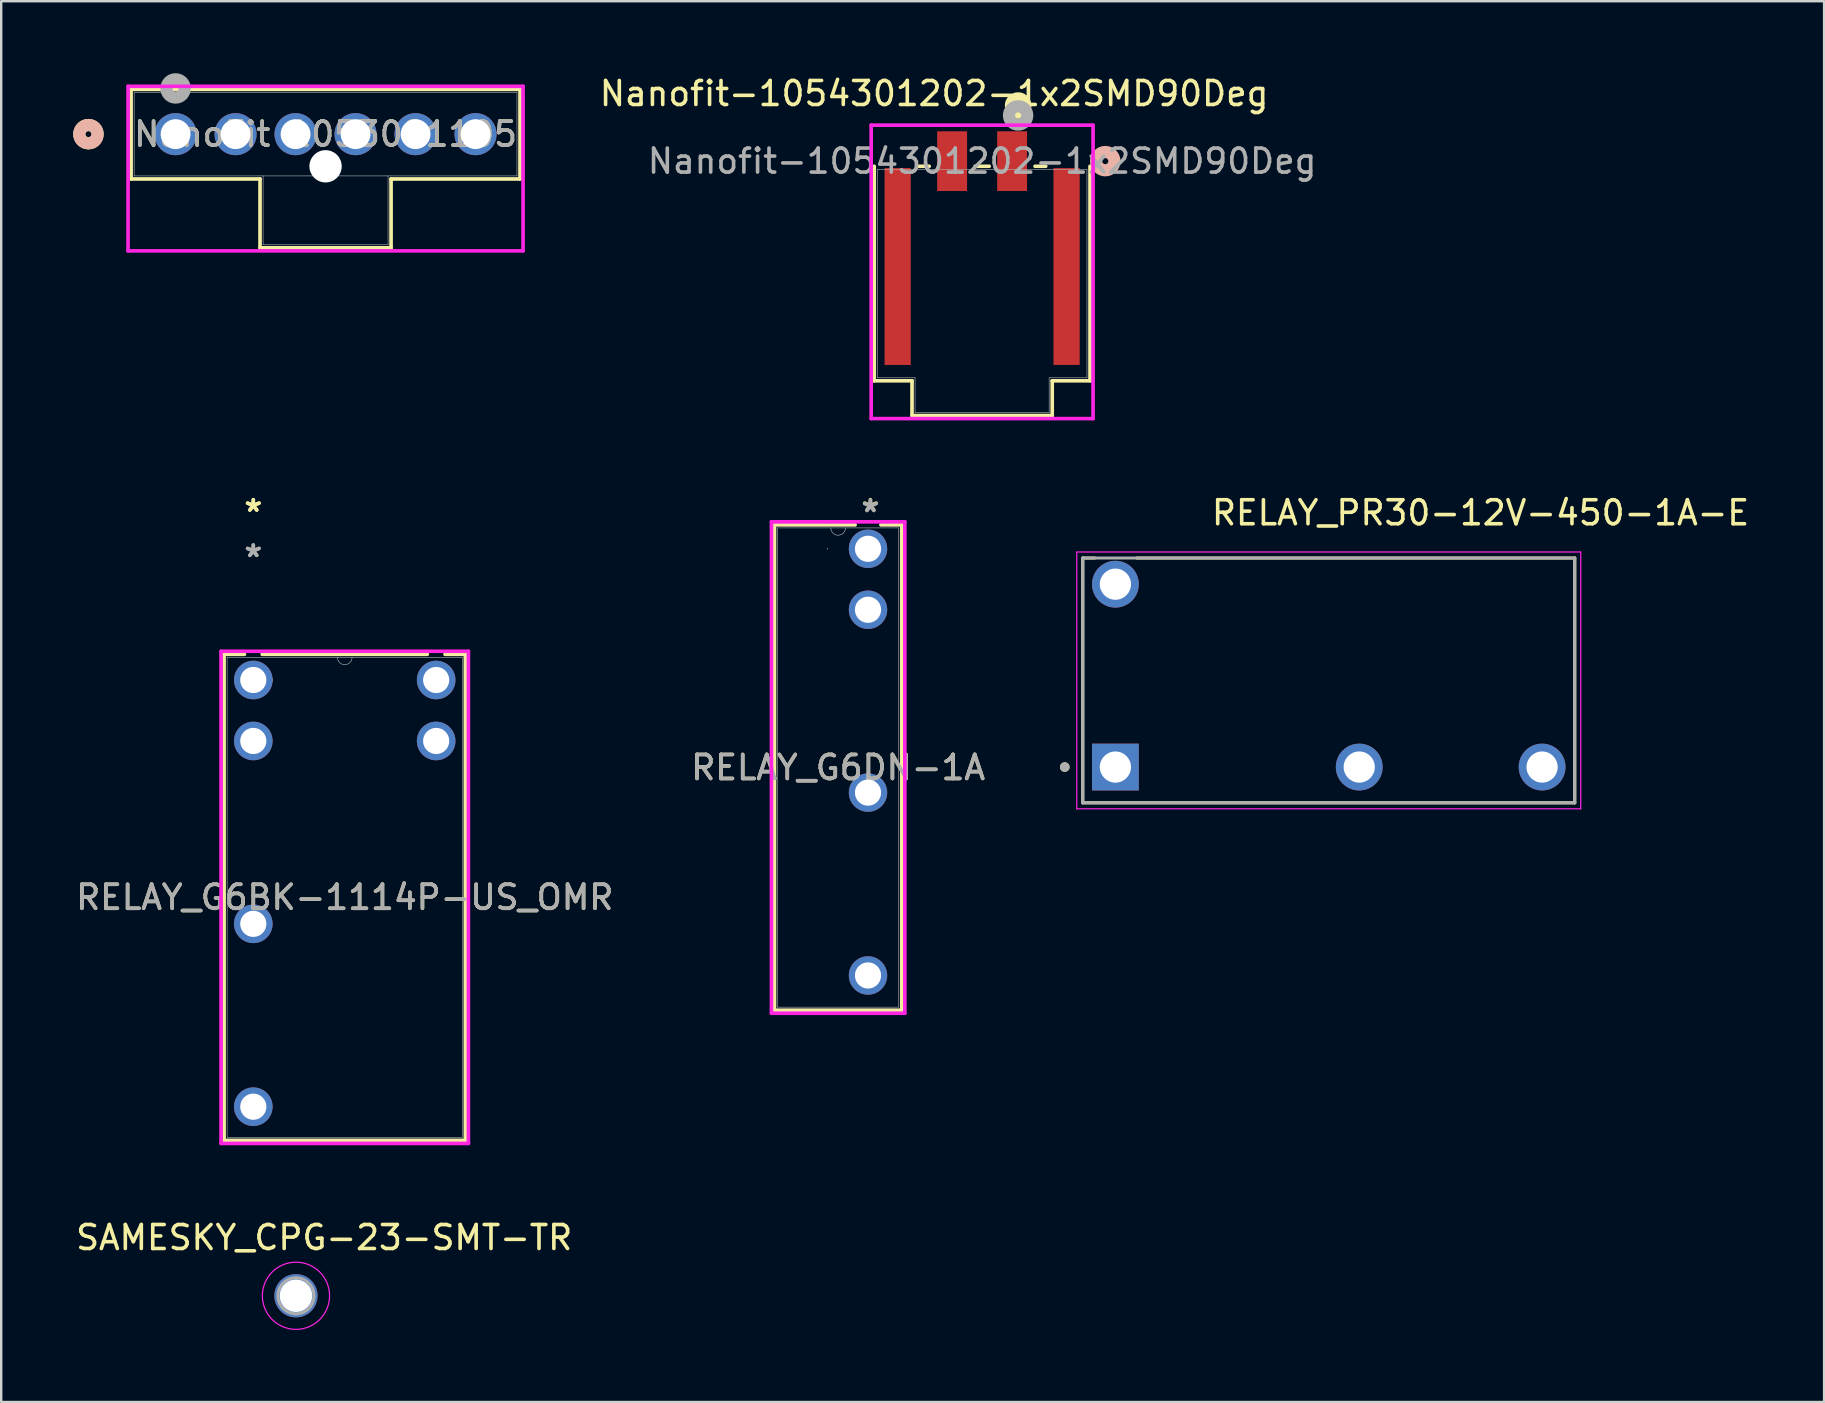
<source format=kicad_pcb>
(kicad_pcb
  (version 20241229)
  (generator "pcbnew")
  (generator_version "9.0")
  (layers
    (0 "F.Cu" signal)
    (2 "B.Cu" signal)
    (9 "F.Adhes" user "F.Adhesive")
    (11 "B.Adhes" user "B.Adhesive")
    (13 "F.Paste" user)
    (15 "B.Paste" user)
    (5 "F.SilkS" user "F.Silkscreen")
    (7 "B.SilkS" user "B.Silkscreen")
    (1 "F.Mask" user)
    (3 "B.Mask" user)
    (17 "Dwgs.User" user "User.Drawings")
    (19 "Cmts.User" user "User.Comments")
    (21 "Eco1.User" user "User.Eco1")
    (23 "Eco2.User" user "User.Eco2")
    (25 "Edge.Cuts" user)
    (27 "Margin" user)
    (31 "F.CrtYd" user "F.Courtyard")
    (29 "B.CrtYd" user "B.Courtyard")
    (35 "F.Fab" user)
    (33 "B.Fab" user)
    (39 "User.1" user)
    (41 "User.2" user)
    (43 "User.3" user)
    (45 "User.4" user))
  (footprint "RELAY_PR30-12V-450-1A-E"
    (layer "F.Cu")
    (at 52.319 25.303)
    (property "Reference" "RELAY_PR30-12V-450-1A-E" (at 6.325 -6.985 0) (layer "F.SilkS") (effects (font (size 1 1) (thickness 0.15))))
    (attr through_hole)
    (fp_line (start -10.25 -5.1) (end -9.75 -5.1) (stroke (width 0.127) (type solid)) (layer "F.SilkS"))
    (fp_line (start -10.25 5.1) (end -10.25 -5.1) (stroke (width 0.127) (type solid)) (layer "F.SilkS"))
    (fp_line (start -8 -5.1) (end 10.25 -5.1) (stroke (width 0.127) (type solid)) (layer "F.SilkS"))
    (fp_line (start 10.25 -5.1) (end 10.25 5.1) (stroke (width 0.127) (type solid)) (layer "F.SilkS"))
    (fp_line (start 10.25 5.1) (end -10.25 5.1) (stroke (width 0.127) (type solid)) (layer "F.SilkS"))
    (fp_circle (center -11 3.61) (end -10.9 3.61) (stroke (width 0.2) (type solid)) (fill no) (layer "F.SilkS"))
    (fp_line (start -10.5 -5.35) (end -10.5 5.35) (stroke (width 0.05) (type solid)) (layer "F.CrtYd"))
    (fp_line (start -10.5 5.35) (end 10.5 5.35) (stroke (width 0.05) (type solid)) (layer "F.CrtYd"))
    (fp_line (start 10.5 -5.35) (end -10.5 -5.35) (stroke (width 0.05) (type solid)) (layer "F.CrtYd"))
    (fp_line (start 10.5 5.35) (end 10.5 -5.35) (stroke (width 0.05) (type solid)) (layer "F.CrtYd"))
    (fp_line (start -10.25 -5.1) (end 10.25 -5.1) (stroke (width 0.127) (type solid)) (layer "F.Fab"))
    (fp_line (start -10.25 5.1) (end -10.25 -5.1) (stroke (width 0.127) (type solid)) (layer "F.Fab"))
    (fp_line (start 10.25 -5.1) (end 10.25 5.1) (stroke (width 0.127) (type solid)) (layer "F.Fab"))
    (fp_line (start 10.25 5.1) (end -10.25 5.1) (stroke (width 0.127) (type solid)) (layer "F.Fab"))
    (fp_circle (center -11 3.61) (end -10.9 3.61) (stroke (width 0.2) (type solid)) (fill no) (layer "F.Fab"))
    (pad "5" thru_hole circle (at 1.27 3.61) (size 1.95 1.95) (drill 1.3) (layers "*.Cu" "*.Mask"))
    (pad "8" thru_hole circle (at 8.89 3.61) (size 1.95 1.95) (drill 1.3) (layers "*.Cu" "*.Mask"))
    (pad "A1" thru_hole rect (at -8.89 3.61) (size 1.95 1.95) (drill 1.3) (layers "*.Cu" "*.Mask"))
    (pad "A2" thru_hole circle (at -8.89 -4.01) (size 1.95 1.95) (drill 1.3) (layers "*.Cu" "*.Mask")))
  (footprint "Nanofit-1054301202-1x2SMD90Deg"
    (layer "F.Cu")
    (at 37.875 8.348)
    (property "Reference" "Nanofit-1054301202-1x2SMD90Deg" (at -2 -7.5 0) (unlocked yes) (layer "F.SilkS") (effects (font (size 1 1) (thickness 0.15))))
    (attr smd)
    (fp_line (start -4.496 -4.47) (end -4.496 4.47) (stroke (width 0.152) (type solid)) (layer "F.SilkS"))
    (fp_line (start -4.496 4.47) (end -2.921 4.47) (stroke (width 0.152) (type solid)) (layer "F.SilkS"))
    (fp_line (start -2.921 4.47) (end -2.921 5.918) (stroke (width 0.152) (type solid)) (layer "F.SilkS"))
    (fp_line (start -2.921 5.918) (end 2.921 5.918) (stroke (width 0.152) (type solid)) (layer "F.SilkS"))
    (fp_line (start -2.205 -4.47) (end -2.65 -4.47) (stroke (width 0.152) (type solid)) (layer "F.SilkS"))
    (fp_line (start 0.295 -4.47) (end -0.295 -4.47) (stroke (width 0.152) (type solid)) (layer "F.SilkS"))
    (fp_line (start 2.65 -4.47) (end 2.205 -4.47) (stroke (width 0.152) (type solid)) (layer "F.SilkS"))
    (fp_line (start 2.921 4.47) (end 4.496 4.47) (stroke (width 0.152) (type solid)) (layer "F.SilkS"))
    (fp_line (start 2.921 5.918) (end 2.921 4.47) (stroke (width 0.152) (type solid)) (layer "F.SilkS"))
    (fp_line (start 4.496 4.47) (end 4.496 -4.47) (stroke (width 0.152) (type solid)) (layer "F.SilkS"))
    (fp_circle (center 1.5 -7) (end 1.8 -7) (stroke (width 0.508) (type solid)) (fill yes) (layer "F.SilkS"))
    (fp_circle (center 5.131 -4.683) (end 5.512 -4.683) (stroke (width 0.508) (type solid)) (fill no) (layer "B.SilkS"))
    (fp_line (start -4.623 -6.182) (end -4.623 6.045) (stroke (width 0.152) (type solid)) (layer "F.CrtYd"))
    (fp_line (start -4.623 6.045) (end 4.623 6.045) (stroke (width 0.152) (type solid)) (layer "F.CrtYd"))
    (fp_line (start 4.623 -6.182) (end -4.623 -6.182) (stroke (width 0.152) (type solid)) (layer "F.CrtYd"))
    (fp_line (start 4.623 6.045) (end 4.623 -6.182) (stroke (width 0.152) (type solid)) (layer "F.CrtYd"))
    (fp_line (start -4.369 -4.343) (end -4.369 4.343) (stroke (width 0.025) (type solid)) (layer "F.Fab"))
    (fp_line (start -4.369 4.343) (end -2.794 4.343) (stroke (width 0.025) (type solid)) (layer "F.Fab"))
    (fp_line (start -2.794 4.343) (end -2.794 5.791) (stroke (width 0.025) (type solid)) (layer "F.Fab"))
    (fp_line (start -2.794 5.791) (end 2.794 5.791) (stroke (width 0.025) (type solid)) (layer "F.Fab"))
    (fp_line (start 2.794 4.343) (end 4.369 4.343) (stroke (width 0.025) (type solid)) (layer "F.Fab"))
    (fp_line (start 2.794 5.791) (end 2.794 4.343) (stroke (width 0.025) (type solid)) (layer "F.Fab"))
    (fp_line (start 4.369 -4.343) (end -4.369 -4.343) (stroke (width 0.025) (type solid)) (layer "F.Fab"))
    (fp_line (start 4.369 4.343) (end 4.369 -4.343) (stroke (width 0.025) (type solid)) (layer "F.Fab"))
    (fp_circle (center 1.5 -6.588) (end 1.881 -6.588) (stroke (width 0.508) (type solid)) (fill no) (layer "F.Fab"))
    (fp_text user "${REFERENCE}" (at 0 -4.683 0) (unlocked yes) (layer "F.Fab") (effects (font (size 1 1) (thickness 0.15))))
    (pad "1" smd rect (at 1.25 -4.683) (size 1.245 2.489) (layers "F.Cu" "F.Mask" "F.Paste"))
    (pad "2" smd rect (at -1.25 -4.683) (size 1.245 2.489) (layers "F.Cu" "F.Mask" "F.Paste"))
    (pad "MP" smd rect (at -3.52 -0.293) (size 1.092 8.204) (layers "F.Cu" "F.Mask" "F.Paste"))
    (pad "MP" smd rect (at 3.52 -0.293) (size 1.092 8.204) (layers "F.Cu" "F.Mask" "F.Paste")))
  (footprint "RELAY_G6DN-1A"
    (layer "F.Cu")
    (at 33.12 19.818)
    (property "Reference" "RELAY_G6DN-1A" (at -1.245 9.115 0) (unlocked yes) (layer "F.SilkS") (effects (font (size 1 1) (thickness 0.15))))
    (attr through_hole)
    (fp_line (start -3.897 -0.997) (end -3.897 19.227) (stroke (width 0.152) (type solid)) (layer "F.SilkS"))
    (fp_line (start -3.897 19.227) (end 1.407 19.227) (stroke (width 0.152) (type solid)) (layer "F.SilkS"))
    (fp_line (start -0.538 -0.997) (end -3.897 -0.997) (stroke (width 0.152) (type solid)) (layer "F.SilkS"))
    (fp_line (start 1.407 -0.997) (end 0.538 -0.997) (stroke (width 0.152) (type solid)) (layer "F.SilkS"))
    (fp_line (start 1.407 19.227) (end 1.407 -0.997) (stroke (width 0.152) (type solid)) (layer "F.SilkS"))
    (fp_line (start -4.024 -1.124) (end 1.534 -1.124) (stroke (width 0.152) (type solid)) (layer "F.CrtYd"))
    (fp_line (start -4.024 19.354) (end -4.024 -1.124) (stroke (width 0.152) (type solid)) (layer "F.CrtYd"))
    (fp_line (start 1.534 -1.124) (end 1.534 19.354) (stroke (width 0.152) (type solid)) (layer "F.CrtYd"))
    (fp_line (start 1.534 19.354) (end -4.024 19.354) (stroke (width 0.152) (type solid)) (layer "F.CrtYd"))
    (fp_line (start -3.77 -0.87) (end -3.77 19.1) (stroke (width 0.025) (type solid)) (layer "F.Fab"))
    (fp_line (start -3.77 19.1) (end 1.28 19.1) (stroke (width 0.025) (type solid)) (layer "F.Fab"))
    (fp_line (start 1.28 -0.87) (end -3.77 -0.87) (stroke (width 0.025) (type solid)) (layer "F.Fab"))
    (fp_line (start 1.28 19.1) (end 1.28 -0.87) (stroke (width 0.025) (type solid)) (layer "F.Fab"))
    (fp_arc (start -0.940199 -0.870001) (mid -1.244999 -0.565201) (end -1.549799 -0.870001) (stroke (width 0.0254) (type solid)) (layer "F.Fab"))
    (fp_circle (center -1.69 0) (end -1.69 0) (stroke (width 0.025) (type solid)) (fill no) (layer "F.Fab"))
    (fp_text user "*" (at 0.1 -1.5 0) (unlocked yes) (layer "F.SilkS") (effects (font (size 1 1) (thickness 0.15))))
    (fp_text user "${REFERENCE}" (at -1.245 9.115 0) (unlocked yes) (layer "F.Fab") (effects (font (size 1 1) (thickness 0.15))))
    (fp_text user "*" (at 0.1 -1.478 0) (unlocked yes) (layer "F.Fab") (effects (font (size 1 1) (thickness 0.15))))
    (pad "1" thru_hole circle (at 0 0) (size 1.6 1.6) (drill 1.092) (layers "*.Cu" "*.Mask"))
    (pad "2" thru_hole circle (at 0 2.54) (size 1.6 1.6) (drill 1.092) (layers "*.Cu" "*.Mask"))
    (pad "5" thru_hole circle (at 0 10.16) (size 1.6 1.6) (drill 1.092) (layers "*.Cu" "*.Mask"))
    (pad "8" thru_hole circle (at 0 17.78) (size 1.6 1.6) (drill 1.092) (layers "*.Cu" "*.Mask")))
  (footprint "SAMESKY_CPG-23-SMT-TR"
    (layer "F.Cu")
    (at 9.283 50.945)
    (property "Reference" "SAMESKY_CPG-23-SMT-TR" (at 1.175 -2.425 0) (layer "F.SilkS") (effects (font (size 1 1) (thickness 0.15))))
    (attr through_hole)
    (fp_circle (center 0 0) (end 1.4 0) (stroke (width 0.05) (type solid)) (fill no) (layer "F.CrtYd"))
    (fp_circle (center 0 0) (end 0.75 0) (stroke (width 0.127) (type solid)) (fill no) (layer "F.Fab"))
    (pad "1" thru_hole circle (at 0 0) (size 1.8 1.8) (drill 1.35) (layers "*.Cu" "*.Mask")))
  (footprint "RELAY_G6BK-1114P-US_OMR"
    (layer "F.Cu")
    (at 15.125 43.398)
    (property "Reference" "RELAY_G6BK-1114P-US_OMR" (at -3.81 -9.056 0) (unlocked yes) (layer "F.SilkS") (effects (font (size 1 1) (thickness 0.15))))
    (attr through_hole)
    (fp_line (start -8.837 -19.183) (end -8.837 1.071) (stroke (width 0.152) (type solid)) (layer "F.SilkS"))
    (fp_line (start -8.837 1.071) (end 1.217 1.071) (stroke (width 0.152) (type solid)) (layer "F.SilkS"))
    (fp_line (start -7.989 -19.183) (end -8.837 -19.183) (stroke (width 0.152) (type solid)) (layer "F.SilkS"))
    (fp_line (start -0.369 -19.183) (end -7.251 -19.183) (stroke (width 0.152) (type solid)) (layer "F.SilkS"))
    (fp_line (start 1.217 -19.183) (end 0.369 -19.183) (stroke (width 0.152) (type solid)) (layer "F.SilkS"))
    (fp_line (start 1.217 1.071) (end 1.217 -19.183) (stroke (width 0.152) (type solid)) (layer "F.SilkS"))
    (fp_line (start -8.964 -19.31) (end 1.344 -19.31) (stroke (width 0.152) (type solid)) (layer "F.CrtYd"))
    (fp_line (start -8.964 1.198) (end -8.964 -19.31) (stroke (width 0.152) (type solid)) (layer "F.CrtYd"))
    (fp_line (start 1.344 -19.31) (end 1.344 1.198) (stroke (width 0.152) (type solid)) (layer "F.CrtYd"))
    (fp_line (start 1.344 1.198) (end -8.964 1.198) (stroke (width 0.152) (type solid)) (layer "F.CrtYd"))
    (fp_line (start -8.71 -19.056) (end -8.71 0.944) (stroke (width 0.025) (type solid)) (layer "F.Fab"))
    (fp_line (start -8.71 0.944) (end 1.09 0.944) (stroke (width 0.025) (type solid)) (layer "F.Fab"))
    (fp_line (start 1.09 -19.056) (end -8.71 -19.056) (stroke (width 0.025) (type solid)) (layer "F.Fab"))
    (fp_line (start 1.09 0.944) (end 1.09 -19.056) (stroke (width 0.025) (type solid)) (layer "F.Fab"))
    (fp_arc (start -3.5052 -19.056) (mid -3.81 -18.7512) (end -4.1148 -19.056) (stroke (width 0.0254) (type solid)) (layer "F.Fab"))
    (fp_circle (center -6.82 -18.112) (end -6.82 -18.112) (stroke (width 0.025) (type solid)) (fill no) (layer "F.Fab"))
    (fp_text user "*" (at -7.62 -25.08 0) (unlocked yes) (layer "F.SilkS") (effects (font (size 1 1) (thickness 0.15))))
    (fp_text user "*" (at -7.62 -25.08 0) (layer "F.SilkS") (effects (font (size 1 1) (thickness 0.15))))
    (fp_text user "*" (at -7.62 -23.192 0) (layer "F.Fab") (effects (font (size 1 1) (thickness 0.15))))
    (fp_text user "${REFERENCE}" (at -3.81 -9.056 0) (unlocked yes) (layer "F.Fab") (effects (font (size 1 1) (thickness 0.15))))
    (fp_text user "*" (at -7.62 -23.192 0) (unlocked yes) (layer "F.Fab") (effects (font (size 1 1) (thickness 0.15))))
    (pad "1" thru_hole circle (at -7.62 -18.112) (size 1.608 1.608) (drill 1.092) (layers "*.Cu" "*.Mask"))
    (pad "2" thru_hole circle (at -7.62 -15.572) (size 1.608 1.608) (drill 1.092) (layers "*.Cu" "*.Mask"))
    (pad "3" thru_hole circle (at -7.62 -7.952) (size 1.608 1.608) (drill 1.092) (layers "*.Cu" "*.Mask"))
    (pad "4" thru_hole circle (at -7.62 -0.332) (size 1.608 1.608) (drill 1.092) (layers "*.Cu" "*.Mask"))
    (pad "5" thru_hole circle (at 0 -15.572) (size 1.608 1.608) (drill 1.092) (layers "*.Cu" "*.Mask"))
    (pad "6" thru_hole circle (at 0 -18.112) (size 1.608 1.608) (drill 1.092) (layers "*.Cu" "*.Mask")))
  (footprint "NanoFit 1053091105"
    (layer "F.Cu")
    (at 4.266 2.54)
    (property "Reference" "NanoFit 1053091105" (at 6.25 0 0) (unlocked yes) (layer "F.SilkS") (effects (font (size 1 1) (thickness 0.15))))
    (attr through_hole)
    (fp_line (start -1.853 -1.867) (end -1.853 1.867) (stroke (width 0.152) (type solid)) (layer "F.SilkS"))
    (fp_line (start -1.853 1.867) (end 3.519 1.867) (stroke (width 0.152) (type solid)) (layer "F.SilkS"))
    (fp_line (start 3.519 1.867) (end 3.519 4.737) (stroke (width 0.152) (type solid)) (layer "F.SilkS"))
    (fp_line (start 3.519 4.737) (end 8.98 4.737) (stroke (width 0.152) (type solid)) (layer "F.SilkS"))
    (fp_line (start 8.98 1.867) (end 14.353 1.867) (stroke (width 0.152) (type solid)) (layer "F.SilkS"))
    (fp_line (start 8.98 4.737) (end 8.98 1.867) (stroke (width 0.152) (type solid)) (layer "F.SilkS"))
    (fp_line (start 14.353 -1.867) (end -1.853 -1.867) (stroke (width 0.152) (type solid)) (layer "F.SilkS"))
    (fp_line (start 14.353 1.867) (end 14.353 -1.867) (stroke (width 0.152) (type solid)) (layer "F.SilkS"))
    (fp_circle (center -3.631 0) (end -3.25 0) (stroke (width 0.508) (type solid)) (fill no) (layer "F.SilkS"))
    (fp_circle (center -3.631 0) (end -3.25 0) (stroke (width 0.508) (type solid)) (fill no) (layer "B.SilkS"))
    (fp_line (start -1.98 -1.994) (end -1.98 4.864) (stroke (width 0.152) (type solid)) (layer "F.CrtYd"))
    (fp_line (start -1.98 4.864) (end 14.48 4.864) (stroke (width 0.152) (type solid)) (layer "F.CrtYd"))
    (fp_line (start 14.48 -1.994) (end -1.98 -1.994) (stroke (width 0.152) (type solid)) (layer "F.CrtYd"))
    (fp_line (start 14.48 4.864) (end 14.48 -1.994) (stroke (width 0.152) (type solid)) (layer "F.CrtYd"))
    (fp_line (start -1.726 -1.74) (end -1.726 1.74) (stroke (width 0.025) (type solid)) (layer "F.Fab"))
    (fp_line (start -1.726 1.74) (end 14.226 1.74) (stroke (width 0.025) (type solid)) (layer "F.Fab"))
    (fp_line (start 3.647 1.74) (end 3.647 4.61) (stroke (width 0.025) (type solid)) (layer "F.Fab"))
    (fp_line (start 3.647 4.61) (end 8.854 4.61) (stroke (width 0.025) (type solid)) (layer "F.Fab"))
    (fp_line (start 8.854 4.61) (end 8.854 1.74) (stroke (width 0.025) (type solid)) (layer "F.Fab"))
    (fp_line (start 14.226 -1.74) (end -1.726 -1.74) (stroke (width 0.025) (type solid)) (layer "F.Fab"))
    (fp_line (start 14.226 1.74) (end 14.226 -1.74) (stroke (width 0.025) (type solid)) (layer "F.Fab"))
    (fp_circle (center 0 -1.905) (end 0.381 -1.905) (stroke (width 0.508) (type solid)) (fill no) (layer "F.Fab"))
    (fp_text user "${REFERENCE}" (at 6.25 0 0) (unlocked yes) (layer "F.Fab") (effects (font (size 1 1) (thickness 0.15))))
    (pad "" np_thru_hole circle (at 6.25 1.34) (size 1.346 1.346) (drill 1.346) (layers "*.Cu" "*.Mask"))
    (pad "1" thru_hole circle (at 0 0) (size 1.753 1.753) (drill 1.245) (layers "*.Cu" "*.Mask"))
    (pad "2" thru_hole circle (at 2.5 0) (size 1.753 1.753) (drill 1.245) (layers "*.Cu" "*.Mask"))
    (pad "3" thru_hole circle (at 5 0) (size 1.753 1.753) (drill 1.245) (layers "*.Cu" "*.Mask"))
    (pad "4" thru_hole circle (at 7.5 0) (size 1.753 1.753) (drill 1.245) (layers "*.Cu" "*.Mask"))
    (pad "5" thru_hole circle (at 10 0) (size 1.753 1.753) (drill 1.245) (layers "*.Cu" "*.Mask"))
    (pad "6" thru_hole circle (at 12.5 0) (size 1.753 1.753) (drill 1.245) (layers "*.Cu" "*.Mask")))
  (gr_rect
    (start -3 -3)
    (end 72.96 55.37)
    (stroke (width 0.1) (type default))
    (fill no)
    (layer "Edge.Cuts")))
</source>
